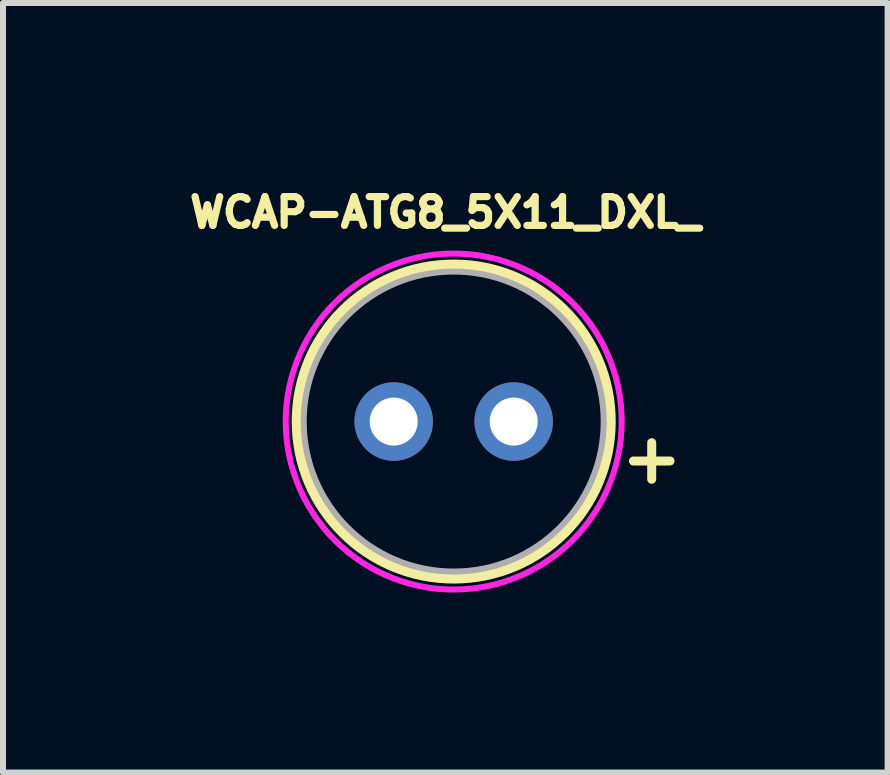
<source format=kicad_pcb>
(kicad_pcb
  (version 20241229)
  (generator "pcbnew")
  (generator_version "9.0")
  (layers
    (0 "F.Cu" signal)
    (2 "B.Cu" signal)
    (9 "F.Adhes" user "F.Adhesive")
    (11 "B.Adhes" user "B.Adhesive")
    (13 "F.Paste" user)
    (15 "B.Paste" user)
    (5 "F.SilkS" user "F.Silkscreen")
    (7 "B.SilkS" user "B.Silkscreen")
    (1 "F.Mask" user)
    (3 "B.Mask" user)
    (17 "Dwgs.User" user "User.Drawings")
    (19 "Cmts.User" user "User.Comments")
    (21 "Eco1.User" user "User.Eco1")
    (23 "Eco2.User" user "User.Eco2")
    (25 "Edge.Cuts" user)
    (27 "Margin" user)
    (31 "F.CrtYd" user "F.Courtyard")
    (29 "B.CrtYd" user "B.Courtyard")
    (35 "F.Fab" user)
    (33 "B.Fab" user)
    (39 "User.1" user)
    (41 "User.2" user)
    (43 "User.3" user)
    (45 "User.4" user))
  (footprint "WCAP-ATG8_5X11_DXL_"
    (layer "F.Cu")
    (at 4.512 3.976)
    (property "Reference" "WCAP-ATG8_5X11_DXL_" (at -0.14 -3.485 0) (layer "F.SilkS") (effects (font (size 0.48 0.48) (thickness 0.15))))
    (attr through_hole)
    (fp_circle (center 0 0) (end 2.6 0) (stroke (width 0.2) (type solid)) (fill no) (layer "F.SilkS"))
    (fp_poly (pts (xy 0 2.8) (xy -0.147 2.796) (xy -0.293 2.785) (xy -0.438 2.766) (xy -0.582 2.739) (xy -0.725 2.705) (xy -0.865 2.663) (xy -1.003 2.614) (xy -1.139 2.558) (xy -1.271 2.495) (xy -1.4 2.425) (xy -1.525 2.348) (xy -1.646 2.265) (xy -1.762 2.176) (xy -1.874 2.081) (xy -1.98 1.98) (xy -2.081 1.874) (xy -2.176 1.762) (xy -2.265 1.646) (xy -2.348 1.525) (xy -2.425 1.4) (xy -2.495 1.271) (xy -2.558 1.139) (xy -2.614 1.003) (xy -2.663 0.865) (xy -2.705 0.725) (xy -2.739 0.582) (xy -2.766 0.438) (xy -2.785 0.293) (xy -2.796 0.147) (xy -2.8 0) (xy -2.796 -0.147) (xy -2.785 -0.293) (xy -2.766 -0.438) (xy -2.739 -0.582) (xy -2.705 -0.725) (xy -2.663 -0.865) (xy -2.614 -1.003) (xy -2.558 -1.139) (xy -2.495 -1.271) (xy -2.425 -1.4) (xy -2.348 -1.525) (xy -2.265 -1.646) (xy -2.176 -1.762) (xy -2.081 -1.874) (xy -1.98 -1.98) (xy -1.874 -2.081) (xy -1.762 -2.176) (xy -1.646 -2.265) (xy -1.525 -2.348) (xy -1.4 -2.425) (xy -1.271 -2.495) (xy -1.139 -2.558) (xy -1.003 -2.614) (xy -0.865 -2.663) (xy -0.725 -2.705) (xy -0.582 -2.739) (xy -0.438 -2.766) (xy -0.293 -2.785) (xy -0.147 -2.796) (xy 0 -2.8) (xy 0.147 -2.796) (xy 0.293 -2.785) (xy 0.438 -2.766) (xy 0.582 -2.739) (xy 0.725 -2.705) (xy 0.865 -2.663) (xy 1.003 -2.614) (xy 1.139 -2.558) (xy 1.271 -2.495) (xy 1.4 -2.425) (xy 1.525 -2.348) (xy 1.646 -2.265) (xy 1.762 -2.176) (xy 1.874 -2.081) (xy 1.98 -1.98) (xy 2.081 -1.874) (xy 2.176 -1.762) (xy 2.265 -1.646) (xy 2.348 -1.525) (xy 2.425 -1.4) (xy 2.495 -1.271) (xy 2.558 -1.139) (xy 2.614 -1.003) (xy 2.663 -0.865) (xy 2.705 -0.725) (xy 2.739 -0.582) (xy 2.766 -0.438) (xy 2.785 -0.293) (xy 2.796 -0.147) (xy 2.8 0) (xy 2.796 0.147) (xy 2.785 0.293) (xy 2.766 0.438) (xy 2.739 0.582) (xy 2.705 0.725) (xy 2.663 0.865) (xy 2.614 1.003) (xy 2.558 1.139) (xy 2.495 1.271) (xy 2.425 1.4) (xy 2.348 1.525) (xy 2.265 1.646) (xy 2.176 1.762) (xy 2.081 1.874) (xy 1.98 1.98) (xy 1.874 2.081) (xy 1.762 2.176) (xy 1.646 2.265) (xy 1.525 2.348) (xy 1.4 2.425) (xy 1.271 2.495) (xy 1.139 2.558) (xy 1.003 2.614) (xy 0.865 2.663) (xy 0.725 2.705) (xy 0.582 2.739) (xy 0.438 2.766) (xy 0.293 2.785) (xy 0.147 2.796) (xy 0 2.8)) (stroke (width 0.1) (type solid)) (fill no) (layer "F.CrtYd"))
    (fp_circle (center 0 0) (end 2.5 0) (stroke (width 0.1) (type solid)) (fill no) (layer "F.Fab"))
    (fp_text user "+" (at 3.3 0.6 0) (layer "F.SilkS") (effects (font (size 0.8 0.8) (thickness 0.15))))
    (pad "1" thru_hole circle (at 1 0) (size 1.308 1.308) (drill 0.8) (layers "*.Cu" "*.Mask"))
    (pad "2" thru_hole circle (at -1 0) (size 1.308 1.308) (drill 0.8) (layers "*.Cu" "*.Mask")))
  (gr_rect
    (start -3 -3)
    (end 11.744 9.826)
    (stroke (width 0.1) (type default))
    (fill no)
    (layer "Edge.Cuts")))
</source>
